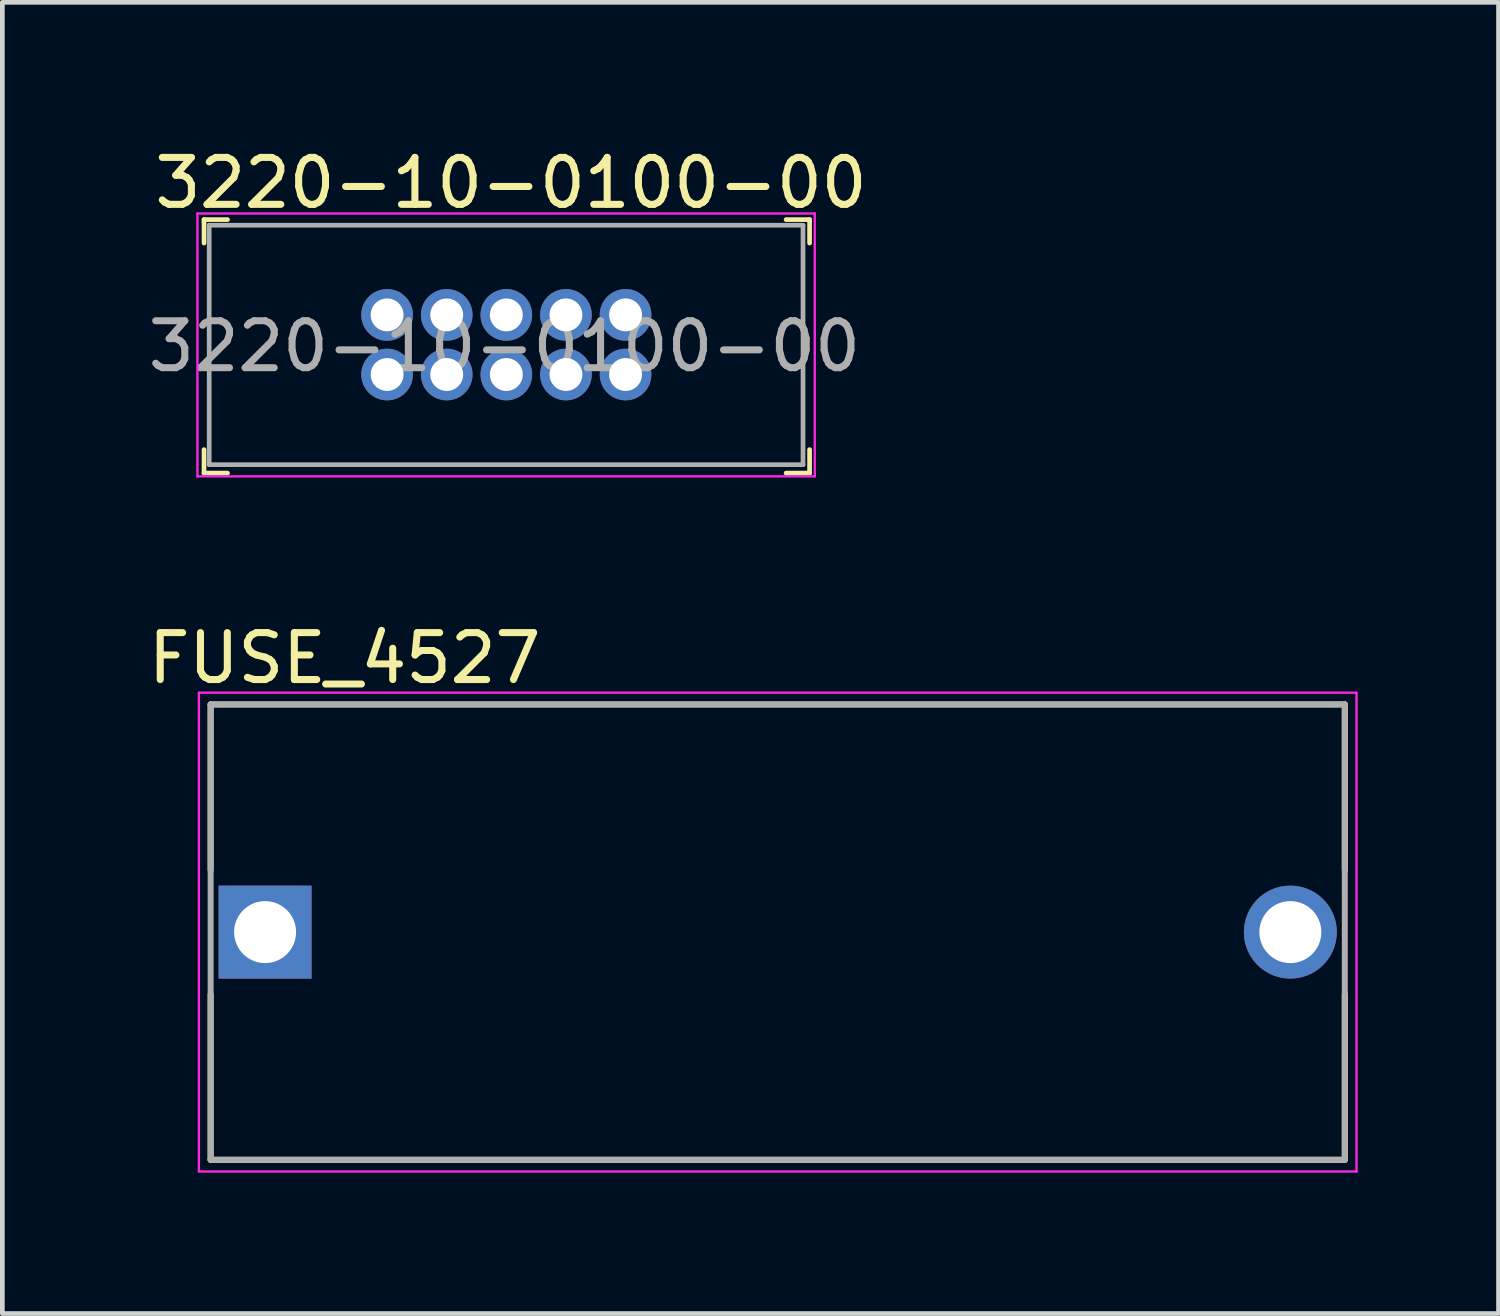
<source format=kicad_pcb>
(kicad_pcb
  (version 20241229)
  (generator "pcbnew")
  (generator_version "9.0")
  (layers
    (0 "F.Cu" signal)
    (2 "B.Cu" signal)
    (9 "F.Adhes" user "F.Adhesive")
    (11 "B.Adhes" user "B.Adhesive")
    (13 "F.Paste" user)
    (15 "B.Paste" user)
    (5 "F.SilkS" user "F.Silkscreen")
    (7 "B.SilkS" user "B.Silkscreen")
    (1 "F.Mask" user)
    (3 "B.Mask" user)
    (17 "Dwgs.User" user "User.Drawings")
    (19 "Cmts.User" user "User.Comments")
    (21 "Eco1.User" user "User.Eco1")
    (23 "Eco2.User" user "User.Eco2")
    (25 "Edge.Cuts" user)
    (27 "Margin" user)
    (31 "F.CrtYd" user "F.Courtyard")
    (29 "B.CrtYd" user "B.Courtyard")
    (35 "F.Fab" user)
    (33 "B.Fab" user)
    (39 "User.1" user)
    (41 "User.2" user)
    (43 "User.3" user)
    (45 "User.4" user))
  (footprint "3220-10-0100-00"
    (layer "F.Cu")
    (at 5.196 4.928)
    (property "Reference" "3220-10-0100-00" (at 2.64 -4.08 0) (layer "F.SilkS") (effects (font (size 1 1) (thickness 0.15))))
    (attr through_hole)
    (fp_line (start -3.9 -3.3) (end -3.9 -2.8) (stroke (width 0.1) (type solid)) (layer "F.SilkS"))
    (fp_line (start -3.9 -3.3) (end -3.4 -3.3) (stroke (width 0.1) (type solid)) (layer "F.SilkS"))
    (fp_line (start -3.9 2.1) (end -3.9 1.6) (stroke (width 0.1) (type solid)) (layer "F.SilkS"))
    (fp_line (start -3.9 2.1) (end -3.4 2.1) (stroke (width 0.1) (type solid)) (layer "F.SilkS"))
    (fp_line (start 9 -3.3) (end 8.5 -3.3) (stroke (width 0.1) (type solid)) (layer "F.SilkS"))
    (fp_line (start 9 -3.3) (end 9 -2.8) (stroke (width 0.1) (type solid)) (layer "F.SilkS"))
    (fp_line (start 9 2.1) (end 8.5 2.1) (stroke (width 0.1) (type solid)) (layer "F.SilkS"))
    (fp_line (start 9 2.1) (end 9 1.6) (stroke (width 0.1) (type solid)) (layer "F.SilkS"))
    (fp_line (start -4.04 -3.43) (end -4.04 2.17) (stroke (width 0.05) (type solid)) (layer "F.CrtYd"))
    (fp_line (start -4.04 -3.43) (end 9.11 -3.43) (stroke (width 0.05) (type solid)) (layer "F.CrtYd"))
    (fp_line (start -4.04 2.17) (end 9.11 2.17) (stroke (width 0.05) (type solid)) (layer "F.CrtYd"))
    (fp_line (start 9.11 -3.43) (end 9.11 2.17) (stroke (width 0.05) (type solid)) (layer "F.CrtYd"))
    (fp_line (start -3.79 -3.18) (end -3.79 1.92) (stroke (width 0.1) (type solid)) (layer "F.Fab"))
    (fp_line (start -3.79 -3.18) (end 8.86 -3.18) (stroke (width 0.1) (type solid)) (layer "F.Fab"))
    (fp_line (start -3.79 1.92) (end 8.86 1.92) (stroke (width 0.1) (type solid)) (layer "F.Fab"))
    (fp_line (start 8.86 -3.18) (end 8.86 1.92) (stroke (width 0.1) (type solid)) (layer "F.Fab"))
    (fp_text user "${REFERENCE}" (at 2.5 -0.6 0) (layer "F.Fab") (effects (font (size 1 1) (thickness 0.15))))
    (pad "1" thru_hole circle (at 0 0) (size 1.1 1.1) (drill 0.7) (layers "*.Cu" "*.Mask"))
    (pad "2" thru_hole circle (at 0 -1.27) (size 1.1 1.1) (drill 0.7) (layers "*.Cu" "*.Mask"))
    (pad "3" thru_hole circle (at 1.27 0) (size 1.1 1.1) (drill 0.7) (layers "*.Cu" "*.Mask"))
    (pad "4" thru_hole circle (at 1.27 -1.27) (size 1.1 1.1) (drill 0.7) (layers "*.Cu" "*.Mask"))
    (pad "5" thru_hole circle (at 2.54 0) (size 1.1 1.1) (drill 0.7) (layers "*.Cu" "*.Mask"))
    (pad "6" thru_hole circle (at 2.54 -1.27) (size 1.1 1.1) (drill 0.7) (layers "*.Cu" "*.Mask"))
    (pad "7" thru_hole circle (at 3.81 0) (size 1.1 1.1) (drill 0.7) (layers "*.Cu" "*.Mask"))
    (pad "8" thru_hole circle (at 3.81 -1.27) (size 1.1 1.1) (drill 0.7) (layers "*.Cu" "*.Mask"))
    (pad "9" thru_hole circle (at 5.08 0) (size 1.1 1.1) (drill 0.7) (layers "*.Cu" "*.Mask"))
    (pad "10" thru_hole circle (at 5.08 -1.27) (size 1.1 1.1) (drill 0.7) (layers "*.Cu" "*.Mask")))
  (footprint "FUSE_4527"
    (layer "F.Cu")
    (at 13.517 16.806)
    (property "Reference" "FUSE_4527" (at -9.225 -5.835 0) (layer "F.SilkS") (effects (font (size 1 1) (thickness 0.15))))
    (attr through_hole)
    (fp_line (start -12.08 -4.85) (end -12.08 -1.32) (stroke (width 0.127) (type solid)) (layer "F.SilkS"))
    (fp_line (start -12.08 -4.85) (end 12.08 -4.85) (stroke (width 0.127) (type solid)) (layer "F.SilkS"))
    (fp_line (start -12.08 4.85) (end -12.08 1.32) (stroke (width 0.127) (type solid)) (layer "F.SilkS"))
    (fp_line (start -12.08 4.85) (end 12.08 4.85) (stroke (width 0.127) (type solid)) (layer "F.SilkS"))
    (fp_line (start 12.08 -4.85) (end 12.08 -1.32) (stroke (width 0.127) (type solid)) (layer "F.SilkS"))
    (fp_line (start 12.08 4.85) (end 12.08 1.32) (stroke (width 0.127) (type solid)) (layer "F.SilkS"))
    (fp_line (start -12.33 -5.1) (end 12.33 -5.1) (stroke (width 0.05) (type solid)) (layer "F.CrtYd"))
    (fp_line (start -12.33 5.1) (end -12.33 -5.1) (stroke (width 0.05) (type solid)) (layer "F.CrtYd"))
    (fp_line (start 12.33 -5.1) (end 12.33 5.1) (stroke (width 0.05) (type solid)) (layer "F.CrtYd"))
    (fp_line (start 12.33 5.1) (end -12.33 5.1) (stroke (width 0.05) (type solid)) (layer "F.CrtYd"))
    (fp_line (start -12.08 -4.85) (end 12.08 -4.85) (stroke (width 0.127) (type solid)) (layer "F.Fab"))
    (fp_line (start -12.08 4.85) (end -12.08 -4.85) (stroke (width 0.127) (type solid)) (layer "F.Fab"))
    (fp_line (start 12.08 -4.85) (end 12.08 4.85) (stroke (width 0.127) (type solid)) (layer "F.Fab"))
    (fp_line (start 12.08 4.85) (end -12.08 4.85) (stroke (width 0.127) (type solid)) (layer "F.Fab"))
    (pad "1" thru_hole rect (at -10.92 0) (size 1.98 1.98) (drill 1.32) (layers "*.Cu" "*.Mask"))
    (pad "2" thru_hole circle (at 10.92 0) (size 1.98 1.98) (drill 1.32) (layers "*.Cu" "*.Mask")))
  (gr_rect
    (start -3 -3)
    (end 28.872 24.931)
    (stroke (width 0.1) (type default))
    (fill no)
    (layer "Edge.Cuts")))
</source>
